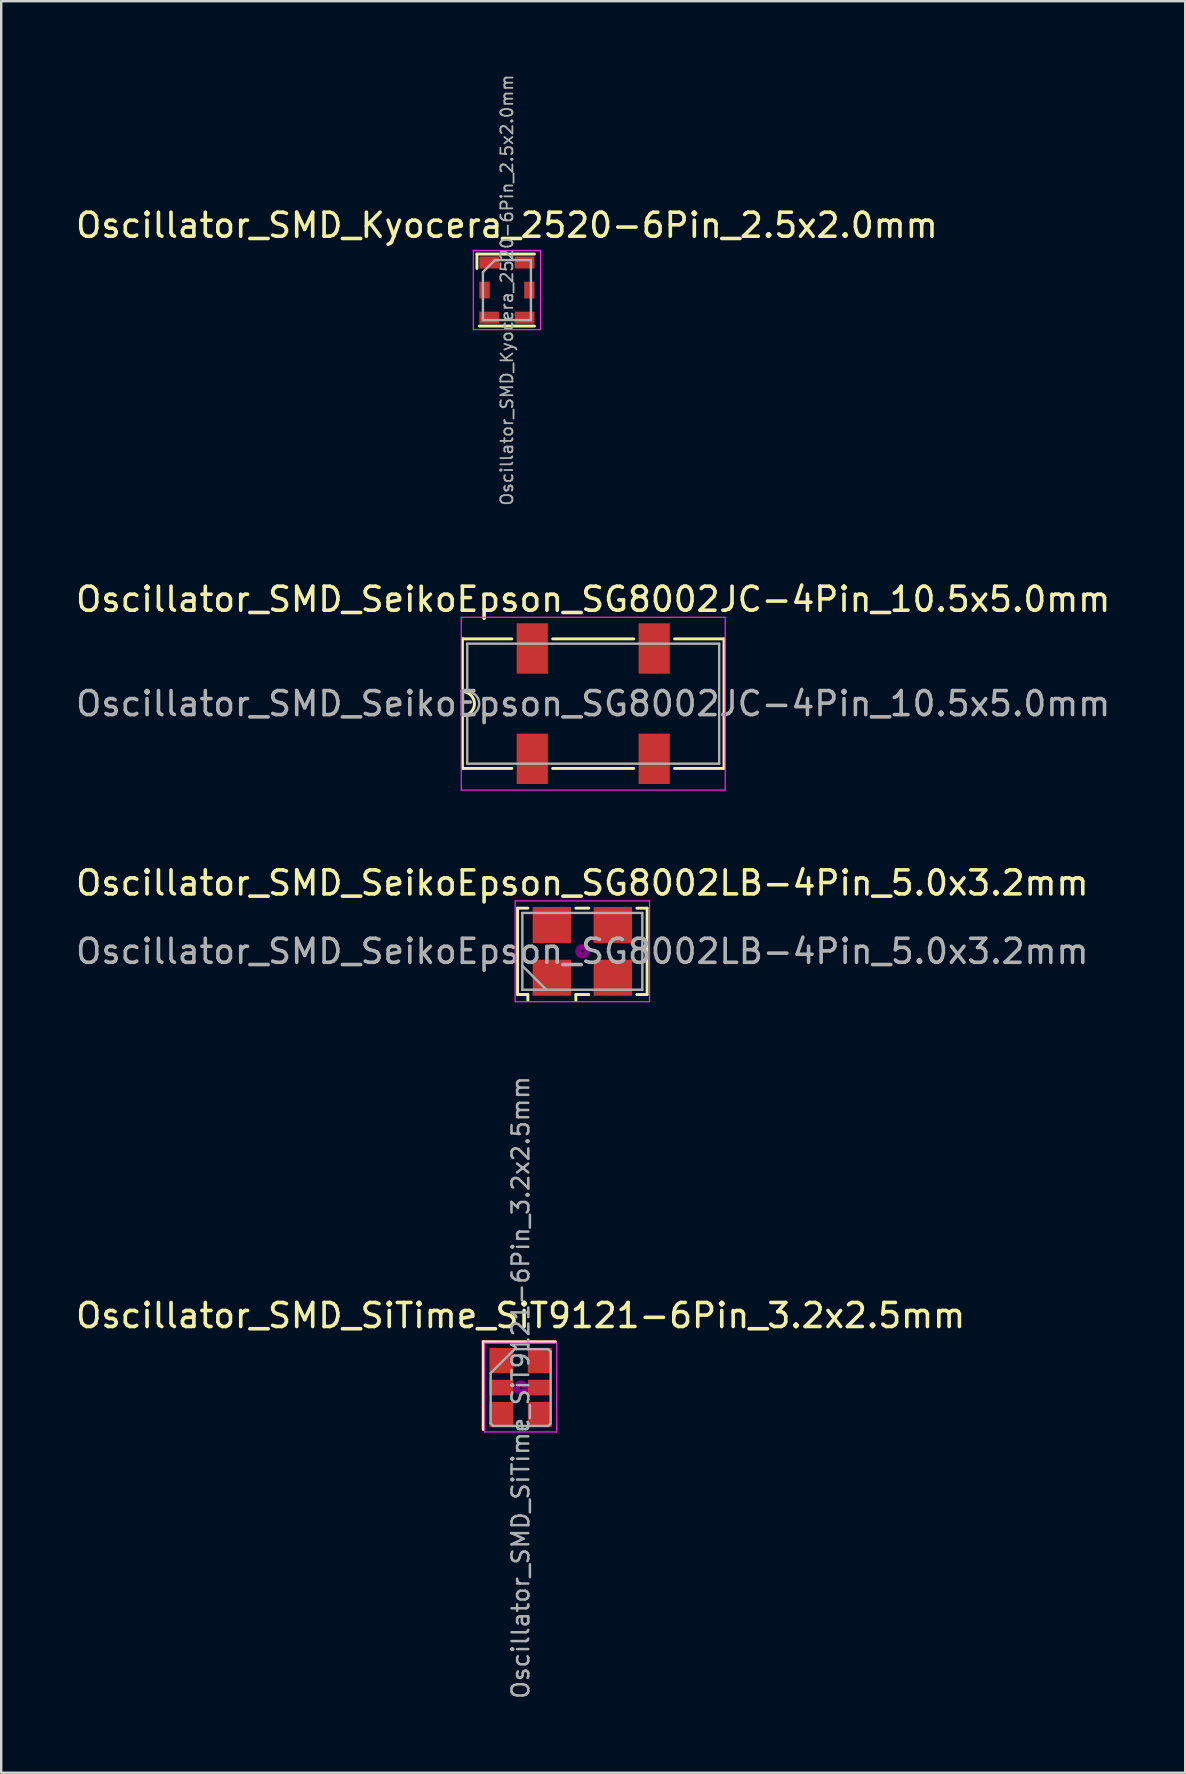
<source format=kicad_pcb>
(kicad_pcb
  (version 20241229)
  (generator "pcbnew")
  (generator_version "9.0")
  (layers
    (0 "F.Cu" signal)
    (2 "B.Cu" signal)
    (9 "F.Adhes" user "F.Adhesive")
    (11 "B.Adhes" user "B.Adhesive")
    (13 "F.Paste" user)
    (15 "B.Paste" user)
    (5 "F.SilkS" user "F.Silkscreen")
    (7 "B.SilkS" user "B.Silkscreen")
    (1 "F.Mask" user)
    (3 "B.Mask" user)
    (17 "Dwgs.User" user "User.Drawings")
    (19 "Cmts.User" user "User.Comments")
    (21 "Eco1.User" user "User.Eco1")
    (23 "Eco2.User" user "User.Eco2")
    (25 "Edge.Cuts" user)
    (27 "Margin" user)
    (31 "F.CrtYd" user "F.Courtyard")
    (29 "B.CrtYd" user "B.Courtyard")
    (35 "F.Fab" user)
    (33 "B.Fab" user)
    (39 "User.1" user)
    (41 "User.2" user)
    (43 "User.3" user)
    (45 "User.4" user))
  (footprint "Oscillator_SMD_SiTime_SiT9121-6Pin_3.2x2.5mm"
    (layer "F.Cu")
    (at 18.649 54.778)
    (property "Reference" "Oscillator_SMD_SiTime_SiT9121-6Pin_3.2x2.5mm" (at 0 -3 0) (layer "F.SilkS") (effects (font (size 1 1) (thickness 0.15))))
    (attr smd)
    (fp_line (start -1.56 -1.91) (end -1.56 1.75) (stroke (width 0.12) (type solid)) (layer "F.SilkS"))
    (fp_line (start 1.45 -1.91) (end -1.56 -1.91) (stroke (width 0.12) (type solid)) (layer "F.SilkS"))
    (fp_circle (center 0 0) (end 0 0.058) (stroke (width 0.117) (type solid)) (fill no) (layer "F.Adhes"))
    (fp_circle (center 0 0) (end 0 0.133) (stroke (width 0.083) (type solid)) (fill no) (layer "F.Adhes"))
    (fp_circle (center 0 0) (end 0 0.208) (stroke (width 0.083) (type solid)) (fill no) (layer "F.Adhes"))
    (fp_circle (center 0 0) (end 0 0.25) (stroke (width 0.1) (type solid)) (fill no) (layer "F.Adhes"))
    (fp_line (start -1.5 -1.85) (end -1.5 1.85) (stroke (width 0.05) (type solid)) (layer "F.CrtYd"))
    (fp_line (start -1.5 1.85) (end 1.5 1.85) (stroke (width 0.05) (type solid)) (layer "F.CrtYd"))
    (fp_line (start 1.5 -1.85) (end -1.5 -1.85) (stroke (width 0.05) (type solid)) (layer "F.CrtYd"))
    (fp_line (start 1.5 1.85) (end 1.5 -1.85) (stroke (width 0.05) (type solid)) (layer "F.CrtYd"))
    (fp_line (start -1.25 1.5) (end -1.25 -0.6) (stroke (width 0.1) (type solid)) (layer "F.Fab"))
    (fp_line (start -1.15 1.6) (end -1.25 1.5) (stroke (width 0.1) (type solid)) (layer "F.Fab"))
    (fp_line (start -0.25 -1.6) (end -1.25 -0.6) (stroke (width 0.1) (type solid)) (layer "F.Fab"))
    (fp_line (start -0.25 -1.6) (end 1.15 -1.6) (stroke (width 0.1) (type solid)) (layer "F.Fab"))
    (fp_line (start 1.15 -1.6) (end 1.25 -1.5) (stroke (width 0.1) (type solid)) (layer "F.Fab"))
    (fp_line (start 1.15 1.6) (end -1.15 1.6) (stroke (width 0.1) (type solid)) (layer "F.Fab"))
    (fp_line (start 1.25 -1.5) (end 1.25 1.5) (stroke (width 0.1) (type solid)) (layer "F.Fab"))
    (fp_line (start 1.25 1.5) (end 1.15 1.6) (stroke (width 0.1) (type solid)) (layer "F.Fab"))
    (fp_text user "${REFERENCE}" (at 0 0 270) (layer "F.Fab") (effects (font (size 0.7 0.7) (thickness 0.105))))
    (pad "1" smd rect (at -0.8 -1.125) (size 1 1.05) (layers "F.Cu" "F.Mask" "F.Paste"))
    (pad "2" smd rect (at -0.8 0) (size 1 0.65) (layers "F.Cu" "F.Mask" "F.Paste"))
    (pad "3" smd rect (at -0.8 1.125) (size 1 1.05) (layers "F.Cu" "F.Mask" "F.Paste"))
    (pad "4" smd rect (at 0.8 1.125) (size 1 1.05) (layers "F.Cu" "F.Mask" "F.Paste"))
    (pad "5" smd rect (at 0.8 0) (size 1 0.65) (layers "F.Cu" "F.Mask" "F.Paste"))
    (pad "6" smd rect (at 0.8 -1.125) (size 1 1.05) (layers "F.Cu" "F.Mask" "F.Paste")))
  (footprint "Oscillator_SMD_SeikoEpson_SG8002LB-4Pin_5.0x3.2mm"
    (layer "F.Cu")
    (at 21.22 36.599)
    (property "Reference" "Oscillator_SMD_SeikoEpson_SG8002LB-4Pin_5.0x3.2mm" (at 0 -2.85 0) (layer "F.SilkS") (effects (font (size 1 1) (thickness 0.15))))
    (attr smd)
    (fp_line (start -2.7 -1.8) (end -2.27 -1.8) (stroke (width 0.12) (type solid)) (layer "F.SilkS"))
    (fp_line (start -2.7 1.8) (end -2.7 -1.8) (stroke (width 0.12) (type solid)) (layer "F.SilkS"))
    (fp_line (start -2.27 1.8) (end -2.7 1.8) (stroke (width 0.12) (type solid)) (layer "F.SilkS"))
    (fp_line (start -2.27 2.05) (end -2.27 1.8) (stroke (width 0.12) (type solid)) (layer "F.SilkS"))
    (fp_line (start -0.27 -1.8) (end 0.27 -1.8) (stroke (width 0.12) (type solid)) (layer "F.SilkS"))
    (fp_line (start -0.27 1.8) (end -0.27 2.05) (stroke (width 0.12) (type solid)) (layer "F.SilkS"))
    (fp_line (start 0.27 1.8) (end -0.27 1.8) (stroke (width 0.12) (type solid)) (layer "F.SilkS"))
    (fp_line (start 2.27 -1.8) (end 2.7 -1.8) (stroke (width 0.12) (type solid)) (layer "F.SilkS"))
    (fp_line (start 2.7 -1.8) (end 2.7 1.8) (stroke (width 0.12) (type solid)) (layer "F.SilkS"))
    (fp_line (start 2.7 1.8) (end 2.27 1.8) (stroke (width 0.12) (type solid)) (layer "F.SilkS"))
    (fp_circle (center 0 0) (end 0.058 0) (stroke (width 0.117) (type solid)) (fill no) (layer "F.Adhes"))
    (fp_circle (center 0 0) (end 0.133 0) (stroke (width 0.083) (type solid)) (fill no) (layer "F.Adhes"))
    (fp_circle (center 0 0) (end 0.208 0) (stroke (width 0.083) (type solid)) (fill no) (layer "F.Adhes"))
    (fp_circle (center 0 0) (end 0.25 0) (stroke (width 0.1) (type solid)) (fill no) (layer "F.Adhes"))
    (fp_line (start -2.8 -2.1) (end -2.8 2.1) (stroke (width 0.05) (type solid)) (layer "F.CrtYd"))
    (fp_line (start -2.8 2.1) (end 2.8 2.1) (stroke (width 0.05) (type solid)) (layer "F.CrtYd"))
    (fp_line (start 2.8 -2.1) (end -2.8 -2.1) (stroke (width 0.05) (type solid)) (layer "F.CrtYd"))
    (fp_line (start 2.8 2.1) (end 2.8 -2.1) (stroke (width 0.05) (type solid)) (layer "F.CrtYd"))
    (fp_line (start -2.5 -1.6) (end -2.5 1.6) (stroke (width 0.1) (type solid)) (layer "F.Fab"))
    (fp_line (start -2.5 0.6) (end -1.5 1.6) (stroke (width 0.1) (type solid)) (layer "F.Fab"))
    (fp_line (start -2.5 1.6) (end 2.5 1.6) (stroke (width 0.1) (type solid)) (layer "F.Fab"))
    (fp_line (start 2.5 -1.6) (end -2.5 -1.6) (stroke (width 0.1) (type solid)) (layer "F.Fab"))
    (fp_line (start 2.5 1.6) (end 2.5 -1.6) (stroke (width 0.1) (type solid)) (layer "F.Fab"))
    (fp_text user "${REFERENCE}" (at 0 0 0) (layer "F.Fab") (effects (font (size 1 1) (thickness 0.15))))
    (pad "1" smd rect (at -1.27 1.1) (size 1.6 1.5) (layers "F.Cu" "F.Mask" "F.Paste"))
    (pad "2" smd rect (at 1.27 1.1) (size 1.6 1.5) (layers "F.Cu" "F.Mask" "F.Paste"))
    (pad "3" smd rect (at 1.27 -1.1) (size 1.6 1.5) (layers "F.Cu" "F.Mask" "F.Paste"))
    (pad "4" smd rect (at -1.27 -1.1) (size 1.6 1.5) (layers "F.Cu" "F.Mask" "F.Paste")))
  (footprint "Oscillator_SMD_Kyocera_2520-6Pin_2.5x2.0mm"
    (layer "F.Cu")
    (at 18.077 9.039)
    (property "Reference" "Oscillator_SMD_Kyocera_2520-6Pin_2.5x2.0mm" (at 0 -2.7 0) (layer "F.SilkS") (effects (font (size 1 1) (thickness 0.15))))
    (attr smd)
    (fp_line (start -1.25 -1.5) (end -1.25 -0.9) (stroke (width 0.12) (type solid)) (layer "F.SilkS"))
    (fp_line (start -1.15 1.5) (end 1.15 1.5) (stroke (width 0.12) (type solid)) (layer "F.SilkS"))
    (fp_line (start 1.15 -1.5) (end -1.25 -1.5) (stroke (width 0.12) (type solid)) (layer "F.SilkS"))
    (fp_line (start -1.4 -1.65) (end 1.4 -1.65) (stroke (width 0.05) (type solid)) (layer "F.CrtYd"))
    (fp_line (start -1.4 1.65) (end -1.4 -1.65) (stroke (width 0.05) (type solid)) (layer "F.CrtYd"))
    (fp_line (start 1.4 -1.65) (end 1.4 1.65) (stroke (width 0.05) (type solid)) (layer "F.CrtYd"))
    (fp_line (start 1.4 1.65) (end -1.4 1.65) (stroke (width 0.05) (type solid)) (layer "F.CrtYd"))
    (fp_line (start -1 -0.75) (end -0.5 -1.25) (stroke (width 0.1) (type solid)) (layer "F.Fab"))
    (fp_line (start -1 1.25) (end -1 -0.75) (stroke (width 0.1) (type solid)) (layer "F.Fab"))
    (fp_line (start -0.5 -1.25) (end 1 -1.25) (stroke (width 0.1) (type solid)) (layer "F.Fab"))
    (fp_line (start 1 -1.25) (end 1 1.25) (stroke (width 0.1) (type solid)) (layer "F.Fab"))
    (fp_line (start 1 1.25) (end -1 1.25) (stroke (width 0.1) (type solid)) (layer "F.Fab"))
    (fp_text user "${REFERENCE}" (at 0 0 90) (layer "F.Fab") (effects (font (size 0.5 0.5) (thickness 0.075))))
    (pad "1" smd rect (at -0.738 -1.15) (size 0.825 0.5) (layers "F.Cu" "F.Mask" "F.Paste"))
    (pad "2" smd rect (at -0.935 0) (size 0.43 0.7) (layers "F.Cu" "F.Mask" "F.Paste"))
    (pad "3" smd rect (at -0.738 1.15) (size 0.825 0.5) (layers "F.Cu" "F.Mask" "F.Paste"))
    (pad "4" smd rect (at 0.738 1.15) (size 0.825 0.5) (layers "F.Cu" "F.Mask" "F.Paste"))
    (pad "5" smd rect (at 0.935 0) (size 0.43 0.7) (layers "F.Cu" "F.Mask" "F.Paste"))
    (pad "6" smd rect (at 0.738 -1.15) (size 0.825 0.5) (layers "F.Cu" "F.Mask" "F.Paste")))
  (footprint "Oscillator_SMD_SeikoEpson_SG8002JC-4Pin_10.5x5.0mm"
    (layer "F.Cu")
    (at 21.673 26.276)
    (property "Reference" "Oscillator_SMD_SeikoEpson_SG8002JC-4Pin_10.5x5.0mm" (at 0 -4.35 0) (layer "F.SilkS") (effects (font (size 1 1) (thickness 0.15))))
    (attr smd)
    (fp_line (start -5.45 -2.7) (end -3.39 -2.7) (stroke (width 0.12) (type solid)) (layer "F.SilkS"))
    (fp_line (start -5.45 -0.5) (end -5.45 -2.7) (stroke (width 0.12) (type solid)) (layer "F.SilkS"))
    (fp_line (start -5.45 2.7) (end -5.45 0.5) (stroke (width 0.12) (type solid)) (layer "F.SilkS"))
    (fp_line (start -5.45 2.7) (end -3.39 2.7) (stroke (width 0.12) (type solid)) (layer "F.SilkS"))
    (fp_line (start -1.69 -2.7) (end 1.69 -2.7) (stroke (width 0.12) (type solid)) (layer "F.SilkS"))
    (fp_line (start 1.69 2.7) (end -1.69 2.7) (stroke (width 0.12) (type solid)) (layer "F.SilkS"))
    (fp_line (start 3.39 -2.7) (end 5.45 -2.7) (stroke (width 0.12) (type solid)) (layer "F.SilkS"))
    (fp_line (start 5.45 -2.7) (end 5.45 2.7) (stroke (width 0.12) (type solid)) (layer "F.SilkS"))
    (fp_line (start 5.45 2.7) (end 3.39 2.7) (stroke (width 0.12) (type solid)) (layer "F.SilkS"))
    (fp_arc (start -5.45 -0.5) (mid -4.95 0) (end -5.45 0.5) (stroke (width 0.12) (type solid)) (layer "F.SilkS"))
    (fp_line (start -5.5 -3.6) (end -5.5 3.6) (stroke (width 0.05) (type solid)) (layer "F.CrtYd"))
    (fp_line (start -5.5 3.6) (end 5.5 3.6) (stroke (width 0.05) (type solid)) (layer "F.CrtYd"))
    (fp_line (start 5.5 -3.6) (end -5.5 -3.6) (stroke (width 0.05) (type solid)) (layer "F.CrtYd"))
    (fp_line (start 5.5 3.6) (end 5.5 -3.6) (stroke (width 0.05) (type solid)) (layer "F.CrtYd"))
    (fp_line (start -5.25 -2.5) (end 5.25 -2.5) (stroke (width 0.1) (type solid)) (layer "F.Fab"))
    (fp_line (start -5.25 -0.5) (end -5.25 -2.5) (stroke (width 0.1) (type solid)) (layer "F.Fab"))
    (fp_line (start -5.25 2.5) (end -5.25 0.5) (stroke (width 0.1) (type solid)) (layer "F.Fab"))
    (fp_line (start 5.25 -2.5) (end 5.25 2.5) (stroke (width 0.1) (type solid)) (layer "F.Fab"))
    (fp_line (start 5.25 2.5) (end -5.25 2.5) (stroke (width 0.1) (type solid)) (layer "F.Fab"))
    (fp_arc (start -5.25 -0.5) (mid -4.75 0) (end -5.25 0.5) (stroke (width 0.1) (type solid)) (layer "F.Fab"))
    (fp_text user "${REFERENCE}" (at 0 0 0) (layer "F.Fab") (effects (font (size 1 1) (thickness 0.15))))
    (pad "1" smd rect (at -2.54 2.3) (size 1.3 2.1) (layers "F.Cu" "F.Mask" "F.Paste"))
    (pad "2" smd rect (at 2.54 2.3) (size 1.3 2.1) (layers "F.Cu" "F.Mask" "F.Paste"))
    (pad "3" smd rect (at 2.54 -2.3) (size 1.3 2.1) (layers "F.Cu" "F.Mask" "F.Paste"))
    (pad "4" smd rect (at -2.54 -2.3) (size 1.3 2.1) (layers "F.Cu" "F.Mask" "F.Paste")))
  (gr_rect
    (start -3 -3)
    (end 46.345 70.832)
    (stroke (width 0.1) (type default))
    (fill no)
    (layer "Edge.Cuts")))
</source>
